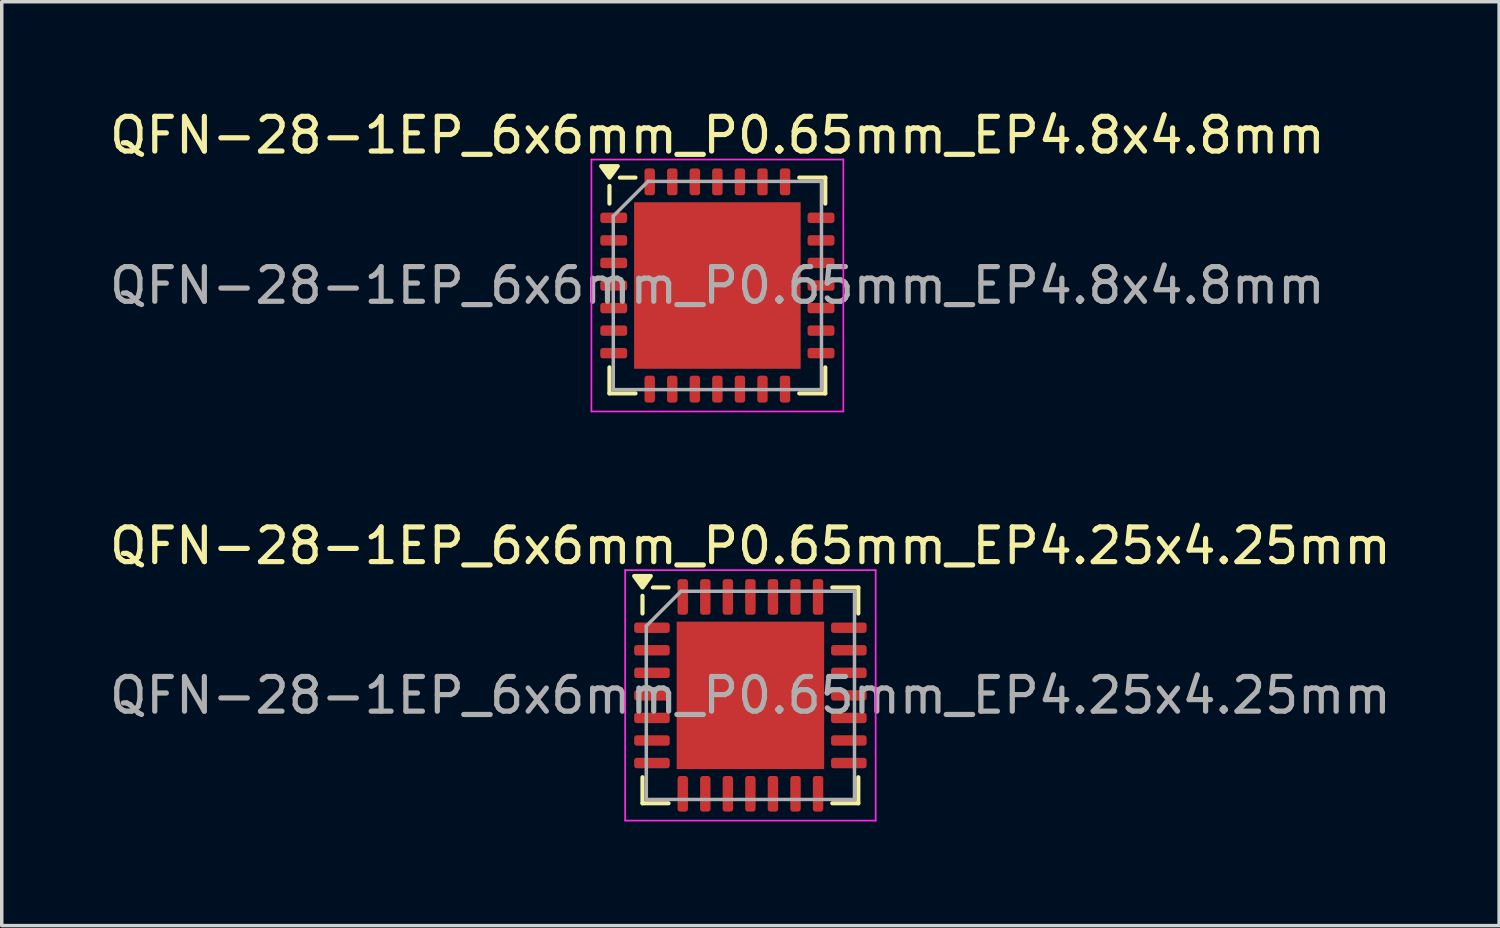
<source format=kicad_pcb>
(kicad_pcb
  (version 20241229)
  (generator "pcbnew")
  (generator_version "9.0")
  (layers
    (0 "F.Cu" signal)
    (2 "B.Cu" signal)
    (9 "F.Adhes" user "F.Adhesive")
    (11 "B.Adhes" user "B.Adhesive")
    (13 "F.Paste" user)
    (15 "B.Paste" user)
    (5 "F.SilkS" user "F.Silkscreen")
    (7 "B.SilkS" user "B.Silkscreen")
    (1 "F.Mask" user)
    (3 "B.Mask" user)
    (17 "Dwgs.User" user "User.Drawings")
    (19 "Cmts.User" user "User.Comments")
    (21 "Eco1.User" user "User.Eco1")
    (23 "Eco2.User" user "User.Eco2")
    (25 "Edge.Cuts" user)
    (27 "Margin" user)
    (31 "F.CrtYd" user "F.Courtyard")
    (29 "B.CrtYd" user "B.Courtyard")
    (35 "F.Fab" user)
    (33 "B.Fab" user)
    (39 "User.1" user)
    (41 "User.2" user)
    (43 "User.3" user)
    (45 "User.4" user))
  (footprint "QFN-28-1EP_6x6mm_P0.65mm_EP4.8x4.8mm"
    (layer "F.Cu")
    (at 17.625 5.178)
    (property "Reference" "QFN-28-1EP_6x6mm_P0.65mm_EP4.8x4.8mm" (at 0 -4.33 0) (layer "F.SilkS") (effects (font (size 1 1) (thickness 0.15))))
    (attr smd)
    (fp_line (start -3.11 -2.36) (end -3.11 -2.87) (stroke (width 0.12) (type solid)) (layer "F.SilkS"))
    (fp_line (start -3.11 3.11) (end -3.11 2.36) (stroke (width 0.12) (type solid)) (layer "F.SilkS"))
    (fp_line (start -2.36 -3.11) (end -2.81 -3.11) (stroke (width 0.12) (type solid)) (layer "F.SilkS"))
    (fp_line (start -2.36 3.11) (end -3.11 3.11) (stroke (width 0.12) (type solid)) (layer "F.SilkS"))
    (fp_line (start 2.36 -3.11) (end 3.11 -3.11) (stroke (width 0.12) (type solid)) (layer "F.SilkS"))
    (fp_line (start 2.36 3.11) (end 3.11 3.11) (stroke (width 0.12) (type solid)) (layer "F.SilkS"))
    (fp_line (start 3.11 -3.11) (end 3.11 -2.36) (stroke (width 0.12) (type solid)) (layer "F.SilkS"))
    (fp_line (start 3.11 3.11) (end 3.11 2.36) (stroke (width 0.12) (type solid)) (layer "F.SilkS"))
    (fp_poly (pts (xy -3.11 -3.11) (xy -3.35 -3.44) (xy -2.87 -3.44) (xy -3.11 -3.11)) (stroke (width 0.12) (type solid)) (fill yes) (layer "F.SilkS"))
    (fp_line (start -3.63 -3.63) (end -3.63 3.63) (stroke (width 0.05) (type solid)) (layer "F.CrtYd"))
    (fp_line (start -3.63 3.63) (end 3.63 3.63) (stroke (width 0.05) (type solid)) (layer "F.CrtYd"))
    (fp_line (start 3.63 -3.63) (end -3.63 -3.63) (stroke (width 0.05) (type solid)) (layer "F.CrtYd"))
    (fp_line (start 3.63 3.63) (end 3.63 -3.63) (stroke (width 0.05) (type solid)) (layer "F.CrtYd"))
    (fp_line (start -3 -2) (end -2 -3) (stroke (width 0.1) (type solid)) (layer "F.Fab"))
    (fp_line (start -3 3) (end -3 -2) (stroke (width 0.1) (type solid)) (layer "F.Fab"))
    (fp_line (start -2 -3) (end 3 -3) (stroke (width 0.1) (type solid)) (layer "F.Fab"))
    (fp_line (start 3 -3) (end 3 3) (stroke (width 0.1) (type solid)) (layer "F.Fab"))
    (fp_line (start 3 3) (end -3 3) (stroke (width 0.1) (type solid)) (layer "F.Fab"))
    (fp_text user "${REFERENCE}" (at 0 0 0) (layer "F.Fab") (effects (font (size 1 1) (thickness 0.15))))
    (pad "" smd roundrect (at -1.6 -1.6) (size 1.29 1.29) (layers "F.Paste") (roundrect_rratio 0.194))
    (pad "" smd roundrect (at -1.6 0) (size 1.29 1.29) (layers "F.Paste") (roundrect_rratio 0.194))
    (pad "" smd roundrect (at -1.6 1.6) (size 1.29 1.29) (layers "F.Paste") (roundrect_rratio 0.194))
    (pad "" smd roundrect (at 0 -1.6) (size 1.29 1.29) (layers "F.Paste") (roundrect_rratio 0.194))
    (pad "" smd roundrect (at 0 0) (size 1.29 1.29) (layers "F.Paste") (roundrect_rratio 0.194))
    (pad "" smd roundrect (at 0 1.6) (size 1.29 1.29) (layers "F.Paste") (roundrect_rratio 0.194))
    (pad "" smd roundrect (at 1.6 -1.6) (size 1.29 1.29) (layers "F.Paste") (roundrect_rratio 0.194))
    (pad "" smd roundrect (at 1.6 0) (size 1.29 1.29) (layers "F.Paste") (roundrect_rratio 0.194))
    (pad "" smd roundrect (at 1.6 1.6) (size 1.29 1.29) (layers "F.Paste") (roundrect_rratio 0.194))
    (pad "1" smd roundrect (at -2.987 -1.95) (size 0.775 0.3) (layers "F.Cu" "F.Mask" "F.Paste") (roundrect_rratio 0.25))
    (pad "2" smd roundrect (at -2.987 -1.3) (size 0.775 0.3) (layers "F.Cu" "F.Mask" "F.Paste") (roundrect_rratio 0.25))
    (pad "3" smd roundrect (at -2.987 -0.65) (size 0.775 0.3) (layers "F.Cu" "F.Mask" "F.Paste") (roundrect_rratio 0.25))
    (pad "4" smd roundrect (at -2.987 0) (size 0.775 0.3) (layers "F.Cu" "F.Mask" "F.Paste") (roundrect_rratio 0.25))
    (pad "5" smd roundrect (at -2.987 0.65) (size 0.775 0.3) (layers "F.Cu" "F.Mask" "F.Paste") (roundrect_rratio 0.25))
    (pad "6" smd roundrect (at -2.987 1.3) (size 0.775 0.3) (layers "F.Cu" "F.Mask" "F.Paste") (roundrect_rratio 0.25))
    (pad "7" smd roundrect (at -2.987 1.95) (size 0.775 0.3) (layers "F.Cu" "F.Mask" "F.Paste") (roundrect_rratio 0.25))
    (pad "8" smd roundrect (at -1.95 2.987) (size 0.3 0.775) (layers "F.Cu" "F.Mask" "F.Paste") (roundrect_rratio 0.25))
    (pad "9" smd roundrect (at -1.3 2.987) (size 0.3 0.775) (layers "F.Cu" "F.Mask" "F.Paste") (roundrect_rratio 0.25))
    (pad "10" smd roundrect (at -0.65 2.987) (size 0.3 0.775) (layers "F.Cu" "F.Mask" "F.Paste") (roundrect_rratio 0.25))
    (pad "11" smd roundrect (at 0 2.987) (size 0.3 0.775) (layers "F.Cu" "F.Mask" "F.Paste") (roundrect_rratio 0.25))
    (pad "12" smd roundrect (at 0.65 2.987) (size 0.3 0.775) (layers "F.Cu" "F.Mask" "F.Paste") (roundrect_rratio 0.25))
    (pad "13" smd roundrect (at 1.3 2.987) (size 0.3 0.775) (layers "F.Cu" "F.Mask" "F.Paste") (roundrect_rratio 0.25))
    (pad "14" smd roundrect (at 1.95 2.987) (size 0.3 0.775) (layers "F.Cu" "F.Mask" "F.Paste") (roundrect_rratio 0.25))
    (pad "15" smd roundrect (at 2.987 1.95) (size 0.775 0.3) (layers "F.Cu" "F.Mask" "F.Paste") (roundrect_rratio 0.25))
    (pad "16" smd roundrect (at 2.987 1.3) (size 0.775 0.3) (layers "F.Cu" "F.Mask" "F.Paste") (roundrect_rratio 0.25))
    (pad "17" smd roundrect (at 2.987 0.65) (size 0.775 0.3) (layers "F.Cu" "F.Mask" "F.Paste") (roundrect_rratio 0.25))
    (pad "18" smd roundrect (at 2.987 0) (size 0.775 0.3) (layers "F.Cu" "F.Mask" "F.Paste") (roundrect_rratio 0.25))
    (pad "19" smd roundrect (at 2.987 -0.65) (size 0.775 0.3) (layers "F.Cu" "F.Mask" "F.Paste") (roundrect_rratio 0.25))
    (pad "20" smd roundrect (at 2.987 -1.3) (size 0.775 0.3) (layers "F.Cu" "F.Mask" "F.Paste") (roundrect_rratio 0.25))
    (pad "21" smd roundrect (at 2.987 -1.95) (size 0.775 0.3) (layers "F.Cu" "F.Mask" "F.Paste") (roundrect_rratio 0.25))
    (pad "22" smd roundrect (at 1.95 -2.987) (size 0.3 0.775) (layers "F.Cu" "F.Mask" "F.Paste") (roundrect_rratio 0.25))
    (pad "23" smd roundrect (at 1.3 -2.987) (size 0.3 0.775) (layers "F.Cu" "F.Mask" "F.Paste") (roundrect_rratio 0.25))
    (pad "24" smd roundrect (at 0.65 -2.987) (size 0.3 0.775) (layers "F.Cu" "F.Mask" "F.Paste") (roundrect_rratio 0.25))
    (pad "25" smd roundrect (at 0 -2.987) (size 0.3 0.775) (layers "F.Cu" "F.Mask" "F.Paste") (roundrect_rratio 0.25))
    (pad "26" smd roundrect (at -0.65 -2.987) (size 0.3 0.775) (layers "F.Cu" "F.Mask" "F.Paste") (roundrect_rratio 0.25))
    (pad "27" smd roundrect (at -1.3 -2.987) (size 0.3 0.775) (layers "F.Cu" "F.Mask" "F.Paste") (roundrect_rratio 0.25))
    (pad "28" smd roundrect (at -1.95 -2.987) (size 0.3 0.775) (layers "F.Cu" "F.Mask" "F.Paste") (roundrect_rratio 0.25))
    (pad "29" smd rect (at 0 0) (size 4.8 4.8) (property pad_prop_heatsink) (layers "F.Cu" "F.Mask")))
  (footprint "QFN-28-1EP_6x6mm_P0.65mm_EP4.25x4.25mm"
    (layer "F.Cu")
    (at 18.577 16.991)
    (property "Reference" "QFN-28-1EP_6x6mm_P0.65mm_EP4.25x4.25mm" (at 0 -4.31 0) (layer "F.SilkS") (effects (font (size 1 1) (thickness 0.15))))
    (attr smd)
    (fp_line (start -3.11 -2.36) (end -3.11 -2.87) (stroke (width 0.12) (type solid)) (layer "F.SilkS"))
    (fp_line (start -3.11 3.11) (end -3.11 2.36) (stroke (width 0.12) (type solid)) (layer "F.SilkS"))
    (fp_line (start -2.36 -3.11) (end -2.81 -3.11) (stroke (width 0.12) (type solid)) (layer "F.SilkS"))
    (fp_line (start -2.36 3.11) (end -3.11 3.11) (stroke (width 0.12) (type solid)) (layer "F.SilkS"))
    (fp_line (start 2.36 -3.11) (end 3.11 -3.11) (stroke (width 0.12) (type solid)) (layer "F.SilkS"))
    (fp_line (start 2.36 3.11) (end 3.11 3.11) (stroke (width 0.12) (type solid)) (layer "F.SilkS"))
    (fp_line (start 3.11 -3.11) (end 3.11 -2.36) (stroke (width 0.12) (type solid)) (layer "F.SilkS"))
    (fp_line (start 3.11 3.11) (end 3.11 2.36) (stroke (width 0.12) (type solid)) (layer "F.SilkS"))
    (fp_poly (pts (xy -3.11 -3.11) (xy -3.35 -3.44) (xy -2.87 -3.44) (xy -3.11 -3.11)) (stroke (width 0.12) (type solid)) (fill yes) (layer "F.SilkS"))
    (fp_line (start -3.61 -3.61) (end -3.61 3.61) (stroke (width 0.05) (type solid)) (layer "F.CrtYd"))
    (fp_line (start -3.61 3.61) (end 3.61 3.61) (stroke (width 0.05) (type solid)) (layer "F.CrtYd"))
    (fp_line (start 3.61 -3.61) (end -3.61 -3.61) (stroke (width 0.05) (type solid)) (layer "F.CrtYd"))
    (fp_line (start 3.61 3.61) (end 3.61 -3.61) (stroke (width 0.05) (type solid)) (layer "F.CrtYd"))
    (fp_line (start -3 -2) (end -2 -3) (stroke (width 0.1) (type solid)) (layer "F.Fab"))
    (fp_line (start -3 3) (end -3 -2) (stroke (width 0.1) (type solid)) (layer "F.Fab"))
    (fp_line (start -2 -3) (end 3 -3) (stroke (width 0.1) (type solid)) (layer "F.Fab"))
    (fp_line (start 3 -3) (end 3 3) (stroke (width 0.1) (type solid)) (layer "F.Fab"))
    (fp_line (start 3 3) (end -3 3) (stroke (width 0.1) (type solid)) (layer "F.Fab"))
    (fp_text user "${REFERENCE}" (at 0 0 0) (layer "F.Fab") (effects (font (size 1 1) (thickness 0.15))))
    (pad "" smd roundrect (at -1.42 -1.42) (size 1.14 1.14) (layers "F.Paste") (roundrect_rratio 0.219))
    (pad "" smd roundrect (at -1.42 0) (size 1.14 1.14) (layers "F.Paste") (roundrect_rratio 0.219))
    (pad "" smd roundrect (at -1.42 1.42) (size 1.14 1.14) (layers "F.Paste") (roundrect_rratio 0.219))
    (pad "" smd roundrect (at 0 -1.42) (size 1.14 1.14) (layers "F.Paste") (roundrect_rratio 0.219))
    (pad "" smd roundrect (at 0 0) (size 1.14 1.14) (layers "F.Paste") (roundrect_rratio 0.219))
    (pad "" smd roundrect (at 0 1.42) (size 1.14 1.14) (layers "F.Paste") (roundrect_rratio 0.219))
    (pad "" smd roundrect (at 1.42 -1.42) (size 1.14 1.14) (layers "F.Paste") (roundrect_rratio 0.219))
    (pad "" smd roundrect (at 1.42 0) (size 1.14 1.14) (layers "F.Paste") (roundrect_rratio 0.219))
    (pad "" smd roundrect (at 1.42 1.42) (size 1.14 1.14) (layers "F.Paste") (roundrect_rratio 0.219))
    (pad "1" smd roundrect (at -2.837 -1.95) (size 1.025 0.3) (layers "F.Cu" "F.Mask" "F.Paste") (roundrect_rratio 0.25))
    (pad "2" smd roundrect (at -2.837 -1.3) (size 1.025 0.3) (layers "F.Cu" "F.Mask" "F.Paste") (roundrect_rratio 0.25))
    (pad "3" smd roundrect (at -2.837 -0.65) (size 1.025 0.3) (layers "F.Cu" "F.Mask" "F.Paste") (roundrect_rratio 0.25))
    (pad "4" smd roundrect (at -2.837 0) (size 1.025 0.3) (layers "F.Cu" "F.Mask" "F.Paste") (roundrect_rratio 0.25))
    (pad "5" smd roundrect (at -2.837 0.65) (size 1.025 0.3) (layers "F.Cu" "F.Mask" "F.Paste") (roundrect_rratio 0.25))
    (pad "6" smd roundrect (at -2.837 1.3) (size 1.025 0.3) (layers "F.Cu" "F.Mask" "F.Paste") (roundrect_rratio 0.25))
    (pad "7" smd roundrect (at -2.837 1.95) (size 1.025 0.3) (layers "F.Cu" "F.Mask" "F.Paste") (roundrect_rratio 0.25))
    (pad "8" smd roundrect (at -1.95 2.837) (size 0.3 1.025) (layers "F.Cu" "F.Mask" "F.Paste") (roundrect_rratio 0.25))
    (pad "9" smd roundrect (at -1.3 2.837) (size 0.3 1.025) (layers "F.Cu" "F.Mask" "F.Paste") (roundrect_rratio 0.25))
    (pad "10" smd roundrect (at -0.65 2.837) (size 0.3 1.025) (layers "F.Cu" "F.Mask" "F.Paste") (roundrect_rratio 0.25))
    (pad "11" smd roundrect (at 0 2.837) (size 0.3 1.025) (layers "F.Cu" "F.Mask" "F.Paste") (roundrect_rratio 0.25))
    (pad "12" smd roundrect (at 0.65 2.837) (size 0.3 1.025) (layers "F.Cu" "F.Mask" "F.Paste") (roundrect_rratio 0.25))
    (pad "13" smd roundrect (at 1.3 2.837) (size 0.3 1.025) (layers "F.Cu" "F.Mask" "F.Paste") (roundrect_rratio 0.25))
    (pad "14" smd roundrect (at 1.95 2.837) (size 0.3 1.025) (layers "F.Cu" "F.Mask" "F.Paste") (roundrect_rratio 0.25))
    (pad "15" smd roundrect (at 2.837 1.95) (size 1.025 0.3) (layers "F.Cu" "F.Mask" "F.Paste") (roundrect_rratio 0.25))
    (pad "16" smd roundrect (at 2.837 1.3) (size 1.025 0.3) (layers "F.Cu" "F.Mask" "F.Paste") (roundrect_rratio 0.25))
    (pad "17" smd roundrect (at 2.837 0.65) (size 1.025 0.3) (layers "F.Cu" "F.Mask" "F.Paste") (roundrect_rratio 0.25))
    (pad "18" smd roundrect (at 2.837 0) (size 1.025 0.3) (layers "F.Cu" "F.Mask" "F.Paste") (roundrect_rratio 0.25))
    (pad "19" smd roundrect (at 2.837 -0.65) (size 1.025 0.3) (layers "F.Cu" "F.Mask" "F.Paste") (roundrect_rratio 0.25))
    (pad "20" smd roundrect (at 2.837 -1.3) (size 1.025 0.3) (layers "F.Cu" "F.Mask" "F.Paste") (roundrect_rratio 0.25))
    (pad "21" smd roundrect (at 2.837 -1.95) (size 1.025 0.3) (layers "F.Cu" "F.Mask" "F.Paste") (roundrect_rratio 0.25))
    (pad "22" smd roundrect (at 1.95 -2.837) (size 0.3 1.025) (layers "F.Cu" "F.Mask" "F.Paste") (roundrect_rratio 0.25))
    (pad "23" smd roundrect (at 1.3 -2.837) (size 0.3 1.025) (layers "F.Cu" "F.Mask" "F.Paste") (roundrect_rratio 0.25))
    (pad "24" smd roundrect (at 0.65 -2.837) (size 0.3 1.025) (layers "F.Cu" "F.Mask" "F.Paste") (roundrect_rratio 0.25))
    (pad "25" smd roundrect (at 0 -2.837) (size 0.3 1.025) (layers "F.Cu" "F.Mask" "F.Paste") (roundrect_rratio 0.25))
    (pad "26" smd roundrect (at -0.65 -2.837) (size 0.3 1.025) (layers "F.Cu" "F.Mask" "F.Paste") (roundrect_rratio 0.25))
    (pad "27" smd roundrect (at -1.3 -2.837) (size 0.3 1.025) (layers "F.Cu" "F.Mask" "F.Paste") (roundrect_rratio 0.25))
    (pad "28" smd roundrect (at -1.95 -2.837) (size 0.3 1.025) (layers "F.Cu" "F.Mask" "F.Paste") (roundrect_rratio 0.25))
    (pad "29" smd rect (at 0 0) (size 4.25 4.25) (property pad_prop_heatsink) (layers "F.Cu" "F.Mask")))
  (gr_rect
    (start -3 -3)
    (end 40.155 23.627)
    (stroke (width 0.1) (type default))
    (fill no)
    (layer "Edge.Cuts")))
</source>
